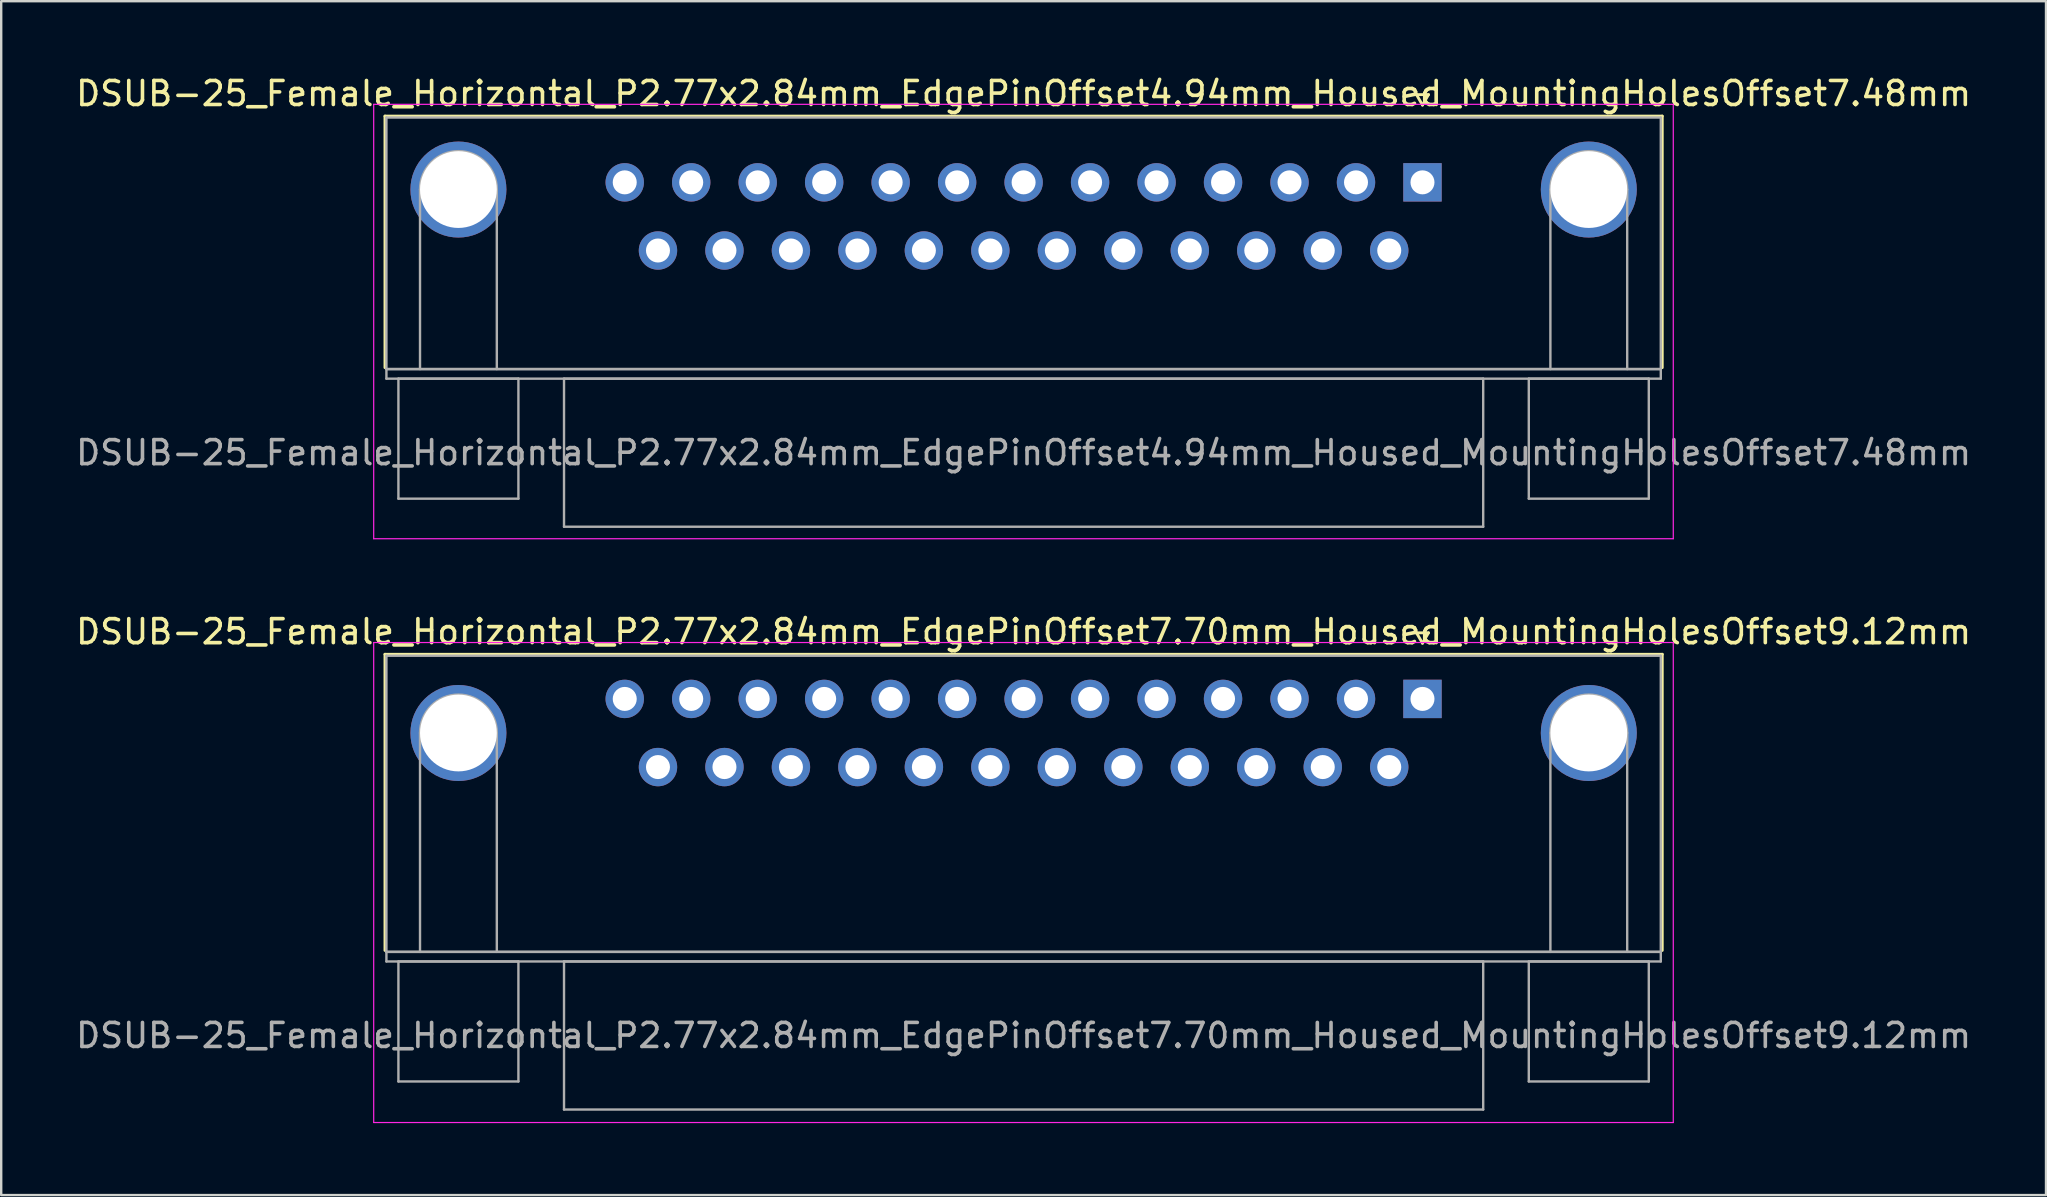
<source format=kicad_pcb>
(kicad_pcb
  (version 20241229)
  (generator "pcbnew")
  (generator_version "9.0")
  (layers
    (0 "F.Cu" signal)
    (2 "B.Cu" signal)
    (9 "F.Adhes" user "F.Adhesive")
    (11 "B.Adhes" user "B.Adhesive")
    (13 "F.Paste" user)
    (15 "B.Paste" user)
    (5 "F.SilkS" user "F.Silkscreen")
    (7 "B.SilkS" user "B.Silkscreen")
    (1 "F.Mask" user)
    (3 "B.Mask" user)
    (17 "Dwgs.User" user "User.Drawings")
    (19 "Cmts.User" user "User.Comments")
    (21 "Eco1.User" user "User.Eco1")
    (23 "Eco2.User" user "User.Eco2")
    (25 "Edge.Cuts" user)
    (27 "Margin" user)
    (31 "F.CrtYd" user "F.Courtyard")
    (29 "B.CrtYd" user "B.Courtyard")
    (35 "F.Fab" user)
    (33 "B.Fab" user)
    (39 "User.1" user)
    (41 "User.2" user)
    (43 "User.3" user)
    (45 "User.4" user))
  (footprint "DSUB-25_Female_Horizontal_P2.77x2.84mm_EdgePinOffset4.94mm_Housed_MountingHolesOffset7.48mm"
    (layer "F.Cu")
    (at 56.221 4.548)
    (property "Reference" "DSUB-25_Female_Horizontal_P2.77x2.84mm_EdgePinOffset4.94mm_Housed_MountingHolesOffset7.48mm" (at -16.62 -3.7 0) (layer "F.SilkS") (effects (font (size 1 1) (thickness 0.15))))
    (attr through_hole)
    (fp_line (start -43.23 -2.76) (end 9.99 -2.76) (stroke (width 0.12) (type solid)) (layer "F.SilkS"))
    (fp_line (start -43.23 7.72) (end -43.23 -2.76) (stroke (width 0.12) (type solid)) (layer "F.SilkS"))
    (fp_line (start -0.25 -3.654) (end 0.25 -3.654) (stroke (width 0.12) (type solid)) (layer "F.SilkS"))
    (fp_line (start 0 -3.221) (end -0.25 -3.654) (stroke (width 0.12) (type solid)) (layer "F.SilkS"))
    (fp_line (start 0.25 -3.654) (end 0 -3.221) (stroke (width 0.12) (type solid)) (layer "F.SilkS"))
    (fp_line (start 9.99 -2.76) (end 9.99 7.72) (stroke (width 0.12) (type solid)) (layer "F.SilkS"))
    (fp_line (start -43.7 -3.25) (end -43.7 14.85) (stroke (width 0.05) (type solid)) (layer "F.CrtYd"))
    (fp_line (start -43.7 14.85) (end 10.45 14.85) (stroke (width 0.05) (type solid)) (layer "F.CrtYd"))
    (fp_line (start 10.45 -3.25) (end -43.7 -3.25) (stroke (width 0.05) (type solid)) (layer "F.CrtYd"))
    (fp_line (start 10.45 14.85) (end 10.45 -3.25) (stroke (width 0.05) (type solid)) (layer "F.CrtYd"))
    (fp_line (start -43.17 -2.7) (end -43.17 7.78) (stroke (width 0.1) (type solid)) (layer "F.Fab"))
    (fp_line (start -43.17 7.78) (end -43.17 8.18) (stroke (width 0.1) (type solid)) (layer "F.Fab"))
    (fp_line (start -43.17 7.78) (end 9.93 7.78) (stroke (width 0.1) (type solid)) (layer "F.Fab"))
    (fp_line (start -43.17 8.18) (end 9.93 8.18) (stroke (width 0.1) (type solid)) (layer "F.Fab"))
    (fp_line (start -42.67 8.18) (end -42.67 13.18) (stroke (width 0.1) (type solid)) (layer "F.Fab"))
    (fp_line (start -42.67 13.18) (end -37.67 13.18) (stroke (width 0.1) (type solid)) (layer "F.Fab"))
    (fp_line (start -41.77 7.78) (end -41.77 0.3) (stroke (width 0.1) (type solid)) (layer "F.Fab"))
    (fp_line (start -38.57 7.78) (end -38.57 0.3) (stroke (width 0.1) (type solid)) (layer "F.Fab"))
    (fp_line (start -37.67 8.18) (end -42.67 8.18) (stroke (width 0.1) (type solid)) (layer "F.Fab"))
    (fp_line (start -37.67 13.18) (end -37.67 8.18) (stroke (width 0.1) (type solid)) (layer "F.Fab"))
    (fp_line (start -35.77 8.18) (end -35.77 14.35) (stroke (width 0.1) (type solid)) (layer "F.Fab"))
    (fp_line (start -35.77 14.35) (end 2.53 14.35) (stroke (width 0.1) (type solid)) (layer "F.Fab"))
    (fp_line (start 2.53 8.18) (end -35.77 8.18) (stroke (width 0.1) (type solid)) (layer "F.Fab"))
    (fp_line (start 2.53 14.35) (end 2.53 8.18) (stroke (width 0.1) (type solid)) (layer "F.Fab"))
    (fp_line (start 4.43 8.18) (end 4.43 13.18) (stroke (width 0.1) (type solid)) (layer "F.Fab"))
    (fp_line (start 4.43 13.18) (end 9.43 13.18) (stroke (width 0.1) (type solid)) (layer "F.Fab"))
    (fp_line (start 5.33 7.78) (end 5.33 0.3) (stroke (width 0.1) (type solid)) (layer "F.Fab"))
    (fp_line (start 8.53 7.78) (end 8.53 0.3) (stroke (width 0.1) (type solid)) (layer "F.Fab"))
    (fp_line (start 9.43 8.18) (end 4.43 8.18) (stroke (width 0.1) (type solid)) (layer "F.Fab"))
    (fp_line (start 9.43 13.18) (end 9.43 8.18) (stroke (width 0.1) (type solid)) (layer "F.Fab"))
    (fp_line (start 9.93 -2.7) (end -43.17 -2.7) (stroke (width 0.1) (type solid)) (layer "F.Fab"))
    (fp_line (start 9.93 7.78) (end -43.17 7.78) (stroke (width 0.1) (type solid)) (layer "F.Fab"))
    (fp_line (start 9.93 7.78) (end 9.93 -2.7) (stroke (width 0.1) (type solid)) (layer "F.Fab"))
    (fp_line (start 9.93 8.18) (end 9.93 7.78) (stroke (width 0.1) (type solid)) (layer "F.Fab"))
    (fp_arc (start -41.77 0.3) (mid -40.17 -1.3) (end -38.57 0.3) (stroke (width 0.1) (type solid)) (layer "F.Fab"))
    (fp_arc (start 5.33 0.3) (mid 6.93 -1.3) (end 8.53 0.3) (stroke (width 0.1) (type solid)) (layer "F.Fab"))
    (fp_text user "${REFERENCE}" (at -16.62 11.265 0) (layer "F.Fab") (effects (font (size 1 1) (thickness 0.15))))
    (pad "0" thru_hole circle (at -40.17 0.3) (size 4 4) (drill 3.2) (layers "*.Cu" "*.Mask"))
    (pad "0" thru_hole circle (at 6.93 0.3) (size 4 4) (drill 3.2) (layers "*.Cu" "*.Mask"))
    (pad "1" thru_hole rect (at 0 0) (size 1.6 1.6) (drill 1) (layers "*.Cu" "*.Mask"))
    (pad "2" thru_hole circle (at -2.77 0) (size 1.6 1.6) (drill 1) (layers "*.Cu" "*.Mask"))
    (pad "3" thru_hole circle (at -5.54 0) (size 1.6 1.6) (drill 1) (layers "*.Cu" "*.Mask"))
    (pad "4" thru_hole circle (at -8.31 0) (size 1.6 1.6) (drill 1) (layers "*.Cu" "*.Mask"))
    (pad "5" thru_hole circle (at -11.08 0) (size 1.6 1.6) (drill 1) (layers "*.Cu" "*.Mask"))
    (pad "6" thru_hole circle (at -13.85 0) (size 1.6 1.6) (drill 1) (layers "*.Cu" "*.Mask"))
    (pad "7" thru_hole circle (at -16.62 0) (size 1.6 1.6) (drill 1) (layers "*.Cu" "*.Mask"))
    (pad "8" thru_hole circle (at -19.39 0) (size 1.6 1.6) (drill 1) (layers "*.Cu" "*.Mask"))
    (pad "9" thru_hole circle (at -22.16 0) (size 1.6 1.6) (drill 1) (layers "*.Cu" "*.Mask"))
    (pad "10" thru_hole circle (at -24.93 0) (size 1.6 1.6) (drill 1) (layers "*.Cu" "*.Mask"))
    (pad "11" thru_hole circle (at -27.7 0) (size 1.6 1.6) (drill 1) (layers "*.Cu" "*.Mask"))
    (pad "12" thru_hole circle (at -30.47 0) (size 1.6 1.6) (drill 1) (layers "*.Cu" "*.Mask"))
    (pad "13" thru_hole circle (at -33.24 0) (size 1.6 1.6) (drill 1) (layers "*.Cu" "*.Mask"))
    (pad "14" thru_hole circle (at -1.385 2.84) (size 1.6 1.6) (drill 1) (layers "*.Cu" "*.Mask"))
    (pad "15" thru_hole circle (at -4.155 2.84) (size 1.6 1.6) (drill 1) (layers "*.Cu" "*.Mask"))
    (pad "16" thru_hole circle (at -6.925 2.84) (size 1.6 1.6) (drill 1) (layers "*.Cu" "*.Mask"))
    (pad "17" thru_hole circle (at -9.695 2.84) (size 1.6 1.6) (drill 1) (layers "*.Cu" "*.Mask"))
    (pad "18" thru_hole circle (at -12.465 2.84) (size 1.6 1.6) (drill 1) (layers "*.Cu" "*.Mask"))
    (pad "19" thru_hole circle (at -15.235 2.84) (size 1.6 1.6) (drill 1) (layers "*.Cu" "*.Mask"))
    (pad "20" thru_hole circle (at -18.005 2.84) (size 1.6 1.6) (drill 1) (layers "*.Cu" "*.Mask"))
    (pad "21" thru_hole circle (at -20.775 2.84) (size 1.6 1.6) (drill 1) (layers "*.Cu" "*.Mask"))
    (pad "22" thru_hole circle (at -23.545 2.84) (size 1.6 1.6) (drill 1) (layers "*.Cu" "*.Mask"))
    (pad "23" thru_hole circle (at -26.315 2.84) (size 1.6 1.6) (drill 1) (layers "*.Cu" "*.Mask"))
    (pad "24" thru_hole circle (at -29.085 2.84) (size 1.6 1.6) (drill 1) (layers "*.Cu" "*.Mask"))
    (pad "25" thru_hole circle (at -31.855 2.84) (size 1.6 1.6) (drill 1) (layers "*.Cu" "*.Mask")))
  (footprint "DSUB-25_Female_Horizontal_P2.77x2.84mm_EdgePinOffset7.70mm_Housed_MountingHolesOffset9.12mm"
    (layer "F.Cu")
    (at 56.221 26.072)
    (property "Reference" "DSUB-25_Female_Horizontal_P2.77x2.84mm_EdgePinOffset7.70mm_Housed_MountingHolesOffset9.12mm" (at -16.62 -2.8 0) (layer "F.SilkS") (effects (font (size 1 1) (thickness 0.15))))
    (attr through_hole)
    (fp_line (start -43.23 -1.86) (end 9.99 -1.86) (stroke (width 0.12) (type solid)) (layer "F.SilkS"))
    (fp_line (start -43.23 10.48) (end -43.23 -1.86) (stroke (width 0.12) (type solid)) (layer "F.SilkS"))
    (fp_line (start -0.25 -2.754) (end 0.25 -2.754) (stroke (width 0.12) (type solid)) (layer "F.SilkS"))
    (fp_line (start 0 -2.321) (end -0.25 -2.754) (stroke (width 0.12) (type solid)) (layer "F.SilkS"))
    (fp_line (start 0.25 -2.754) (end 0 -2.321) (stroke (width 0.12) (type solid)) (layer "F.SilkS"))
    (fp_line (start 9.99 -1.86) (end 9.99 10.48) (stroke (width 0.12) (type solid)) (layer "F.SilkS"))
    (fp_line (start -43.7 -2.35) (end -43.7 17.65) (stroke (width 0.05) (type solid)) (layer "F.CrtYd"))
    (fp_line (start -43.7 17.65) (end 10.45 17.65) (stroke (width 0.05) (type solid)) (layer "F.CrtYd"))
    (fp_line (start 10.45 -2.35) (end -43.7 -2.35) (stroke (width 0.05) (type solid)) (layer "F.CrtYd"))
    (fp_line (start 10.45 17.65) (end 10.45 -2.35) (stroke (width 0.05) (type solid)) (layer "F.CrtYd"))
    (fp_line (start -43.17 -1.8) (end -43.17 10.54) (stroke (width 0.1) (type solid)) (layer "F.Fab"))
    (fp_line (start -43.17 10.54) (end -43.17 10.94) (stroke (width 0.1) (type solid)) (layer "F.Fab"))
    (fp_line (start -43.17 10.54) (end 9.93 10.54) (stroke (width 0.1) (type solid)) (layer "F.Fab"))
    (fp_line (start -43.17 10.94) (end 9.93 10.94) (stroke (width 0.1) (type solid)) (layer "F.Fab"))
    (fp_line (start -42.67 10.94) (end -42.67 15.94) (stroke (width 0.1) (type solid)) (layer "F.Fab"))
    (fp_line (start -42.67 15.94) (end -37.67 15.94) (stroke (width 0.1) (type solid)) (layer "F.Fab"))
    (fp_line (start -41.77 10.54) (end -41.77 1.42) (stroke (width 0.1) (type solid)) (layer "F.Fab"))
    (fp_line (start -38.57 10.54) (end -38.57 1.42) (stroke (width 0.1) (type solid)) (layer "F.Fab"))
    (fp_line (start -37.67 10.94) (end -42.67 10.94) (stroke (width 0.1) (type solid)) (layer "F.Fab"))
    (fp_line (start -37.67 15.94) (end -37.67 10.94) (stroke (width 0.1) (type solid)) (layer "F.Fab"))
    (fp_line (start -35.77 10.94) (end -35.77 17.11) (stroke (width 0.1) (type solid)) (layer "F.Fab"))
    (fp_line (start -35.77 17.11) (end 2.53 17.11) (stroke (width 0.1) (type solid)) (layer "F.Fab"))
    (fp_line (start 2.53 10.94) (end -35.77 10.94) (stroke (width 0.1) (type solid)) (layer "F.Fab"))
    (fp_line (start 2.53 17.11) (end 2.53 10.94) (stroke (width 0.1) (type solid)) (layer "F.Fab"))
    (fp_line (start 4.43 10.94) (end 4.43 15.94) (stroke (width 0.1) (type solid)) (layer "F.Fab"))
    (fp_line (start 4.43 15.94) (end 9.43 15.94) (stroke (width 0.1) (type solid)) (layer "F.Fab"))
    (fp_line (start 5.33 10.54) (end 5.33 1.42) (stroke (width 0.1) (type solid)) (layer "F.Fab"))
    (fp_line (start 8.53 10.54) (end 8.53 1.42) (stroke (width 0.1) (type solid)) (layer "F.Fab"))
    (fp_line (start 9.43 10.94) (end 4.43 10.94) (stroke (width 0.1) (type solid)) (layer "F.Fab"))
    (fp_line (start 9.43 15.94) (end 9.43 10.94) (stroke (width 0.1) (type solid)) (layer "F.Fab"))
    (fp_line (start 9.93 -1.8) (end -43.17 -1.8) (stroke (width 0.1) (type solid)) (layer "F.Fab"))
    (fp_line (start 9.93 10.54) (end -43.17 10.54) (stroke (width 0.1) (type solid)) (layer "F.Fab"))
    (fp_line (start 9.93 10.54) (end 9.93 -1.8) (stroke (width 0.1) (type solid)) (layer "F.Fab"))
    (fp_line (start 9.93 10.94) (end 9.93 10.54) (stroke (width 0.1) (type solid)) (layer "F.Fab"))
    (fp_arc (start -41.77 1.42) (mid -40.17 -0.18) (end -38.57 1.42) (stroke (width 0.1) (type solid)) (layer "F.Fab"))
    (fp_arc (start 5.33 1.42) (mid 6.93 -0.18) (end 8.53 1.42) (stroke (width 0.1) (type solid)) (layer "F.Fab"))
    (fp_text user "${REFERENCE}" (at -16.62 14.025 0) (layer "F.Fab") (effects (font (size 1 1) (thickness 0.15))))
    (pad "0" thru_hole circle (at -40.17 1.42) (size 4 4) (drill 3.2) (layers "*.Cu" "*.Mask"))
    (pad "0" thru_hole circle (at 6.93 1.42) (size 4 4) (drill 3.2) (layers "*.Cu" "*.Mask"))
    (pad "1" thru_hole rect (at 0 0) (size 1.6 1.6) (drill 1) (layers "*.Cu" "*.Mask"))
    (pad "2" thru_hole circle (at -2.77 0) (size 1.6 1.6) (drill 1) (layers "*.Cu" "*.Mask"))
    (pad "3" thru_hole circle (at -5.54 0) (size 1.6 1.6) (drill 1) (layers "*.Cu" "*.Mask"))
    (pad "4" thru_hole circle (at -8.31 0) (size 1.6 1.6) (drill 1) (layers "*.Cu" "*.Mask"))
    (pad "5" thru_hole circle (at -11.08 0) (size 1.6 1.6) (drill 1) (layers "*.Cu" "*.Mask"))
    (pad "6" thru_hole circle (at -13.85 0) (size 1.6 1.6) (drill 1) (layers "*.Cu" "*.Mask"))
    (pad "7" thru_hole circle (at -16.62 0) (size 1.6 1.6) (drill 1) (layers "*.Cu" "*.Mask"))
    (pad "8" thru_hole circle (at -19.39 0) (size 1.6 1.6) (drill 1) (layers "*.Cu" "*.Mask"))
    (pad "9" thru_hole circle (at -22.16 0) (size 1.6 1.6) (drill 1) (layers "*.Cu" "*.Mask"))
    (pad "10" thru_hole circle (at -24.93 0) (size 1.6 1.6) (drill 1) (layers "*.Cu" "*.Mask"))
    (pad "11" thru_hole circle (at -27.7 0) (size 1.6 1.6) (drill 1) (layers "*.Cu" "*.Mask"))
    (pad "12" thru_hole circle (at -30.47 0) (size 1.6 1.6) (drill 1) (layers "*.Cu" "*.Mask"))
    (pad "13" thru_hole circle (at -33.24 0) (size 1.6 1.6) (drill 1) (layers "*.Cu" "*.Mask"))
    (pad "14" thru_hole circle (at -1.385 2.84) (size 1.6 1.6) (drill 1) (layers "*.Cu" "*.Mask"))
    (pad "15" thru_hole circle (at -4.155 2.84) (size 1.6 1.6) (drill 1) (layers "*.Cu" "*.Mask"))
    (pad "16" thru_hole circle (at -6.925 2.84) (size 1.6 1.6) (drill 1) (layers "*.Cu" "*.Mask"))
    (pad "17" thru_hole circle (at -9.695 2.84) (size 1.6 1.6) (drill 1) (layers "*.Cu" "*.Mask"))
    (pad "18" thru_hole circle (at -12.465 2.84) (size 1.6 1.6) (drill 1) (layers "*.Cu" "*.Mask"))
    (pad "19" thru_hole circle (at -15.235 2.84) (size 1.6 1.6) (drill 1) (layers "*.Cu" "*.Mask"))
    (pad "20" thru_hole circle (at -18.005 2.84) (size 1.6 1.6) (drill 1) (layers "*.Cu" "*.Mask"))
    (pad "21" thru_hole circle (at -20.775 2.84) (size 1.6 1.6) (drill 1) (layers "*.Cu" "*.Mask"))
    (pad "22" thru_hole circle (at -23.545 2.84) (size 1.6 1.6) (drill 1) (layers "*.Cu" "*.Mask"))
    (pad "23" thru_hole circle (at -26.315 2.84) (size 1.6 1.6) (drill 1) (layers "*.Cu" "*.Mask"))
    (pad "24" thru_hole circle (at -29.085 2.84) (size 1.6 1.6) (drill 1) (layers "*.Cu" "*.Mask"))
    (pad "25" thru_hole circle (at -31.855 2.84) (size 1.6 1.6) (drill 1) (layers "*.Cu" "*.Mask")))
  (gr_rect
    (start -3 -3)
    (end 82.202 46.746)
    (stroke (width 0.1) (type default))
    (fill no)
    (layer "Edge.Cuts")))
</source>
